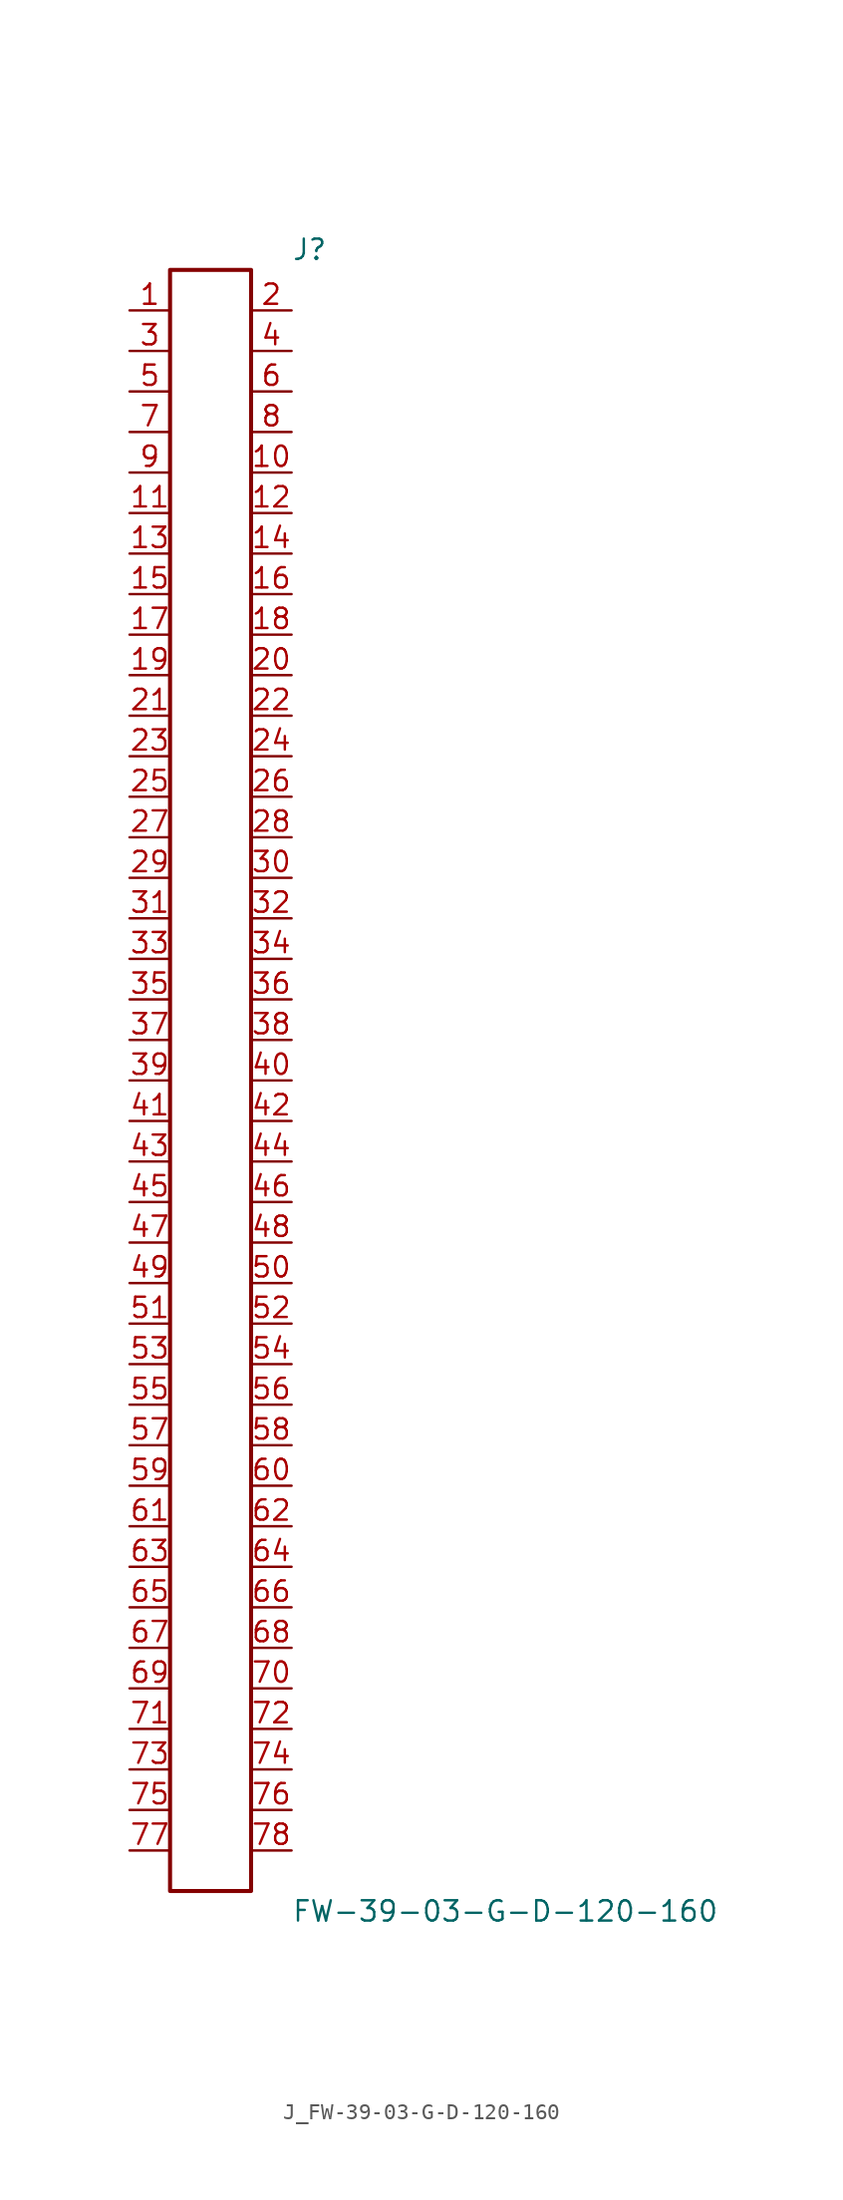
<source format=kicad_sym>
(kicad_symbol_lib
  (version 20231120)
  (generator kicad_symbol_editor)
  (generator_version 8.0)
  (symbol "J_FW-39-03-G-D-120-160"
    (pin_names
      (offset 0.254))
    (property "Reference" "J"
      (at 5.08 52.07 0)
      (effects (font (size 1.27 1.27)) (justify left)))
    (property "Value" "FW-39-03-G-D-120-160"
      (at 5.08 -52.07 0)
      (effects (font (size 1.27 1.27)) (justify left)))
    (symbol "J_FW-39-03-G-D-120-160_0_0"
      (pin passive line (at -5.08 48.26 0) (length 2.54) (name "" (effects (font (size 1.27 1.27)))) (number "1" (effects (font (size 1.27 1.27)))))
      (pin passive line (at 5.08 48.26 180) (length 2.54) (name "" (effects (font (size 1.27 1.27)))) (number "2" (effects (font (size 1.27 1.27)))))
      (pin passive line (at -5.08 45.72 0) (length 2.54) (name "" (effects (font (size 1.27 1.27)))) (number "3" (effects (font (size 1.27 1.27)))))
      (pin passive line (at 5.08 45.72 180) (length 2.54) (name "" (effects (font (size 1.27 1.27)))) (number "4" (effects (font (size 1.27 1.27)))))
      (pin passive line (at -5.08 43.18 0) (length 2.54) (name "" (effects (font (size 1.27 1.27)))) (number "5" (effects (font (size 1.27 1.27)))))
      (pin passive line (at 5.08 43.18 180) (length 2.54) (name "" (effects (font (size 1.27 1.27)))) (number "6" (effects (font (size 1.27 1.27)))))
      (pin passive line (at -5.08 40.64 0) (length 2.54) (name "" (effects (font (size 1.27 1.27)))) (number "7" (effects (font (size 1.27 1.27)))))
      (pin passive line (at 5.08 40.64 180) (length 2.54) (name "" (effects (font (size 1.27 1.27)))) (number "8" (effects (font (size 1.27 1.27)))))
      (pin passive line (at -5.08 38.1 0) (length 2.54) (name "" (effects (font (size 1.27 1.27)))) (number "9" (effects (font (size 1.27 1.27)))))
      (pin passive line (at 5.08 38.1 180) (length 2.54) (name "" (effects (font (size 1.27 1.27)))) (number "10" (effects (font (size 1.27 1.27)))))
      (pin passive line (at -5.08 35.56 0) (length 2.54) (name "" (effects (font (size 1.27 1.27)))) (number "11" (effects (font (size 1.27 1.27)))))
      (pin passive line (at 5.08 35.56 180) (length 2.54) (name "" (effects (font (size 1.27 1.27)))) (number "12" (effects (font (size 1.27 1.27)))))
      (pin passive line (at -5.08 33.02 0) (length 2.54) (name "" (effects (font (size 1.27 1.27)))) (number "13" (effects (font (size 1.27 1.27)))))
      (pin passive line (at 5.08 33.02 180) (length 2.54) (name "" (effects (font (size 1.27 1.27)))) (number "14" (effects (font (size 1.27 1.27)))))
      (pin passive line (at -5.08 30.48 0) (length 2.54) (name "" (effects (font (size 1.27 1.27)))) (number "15" (effects (font (size 1.27 1.27)))))
      (pin passive line (at 5.08 30.48 180) (length 2.54) (name "" (effects (font (size 1.27 1.27)))) (number "16" (effects (font (size 1.27 1.27)))))
      (pin passive line (at -5.08 27.94 0) (length 2.54) (name "" (effects (font (size 1.27 1.27)))) (number "17" (effects (font (size 1.27 1.27)))))
      (pin passive line (at 5.08 27.94 180) (length 2.54) (name "" (effects (font (size 1.27 1.27)))) (number "18" (effects (font (size 1.27 1.27)))))
      (pin passive line (at -5.08 25.4 0) (length 2.54) (name "" (effects (font (size 1.27 1.27)))) (number "19" (effects (font (size 1.27 1.27)))))
      (pin passive line (at 5.08 25.4 180) (length 2.54) (name "" (effects (font (size 1.27 1.27)))) (number "20" (effects (font (size 1.27 1.27)))))
      (pin passive line (at -5.08 22.86 0) (length 2.54) (name "" (effects (font (size 1.27 1.27)))) (number "21" (effects (font (size 1.27 1.27)))))
      (pin passive line (at 5.08 22.86 180) (length 2.54) (name "" (effects (font (size 1.27 1.27)))) (number "22" (effects (font (size 1.27 1.27)))))
      (pin passive line (at -5.08 20.32 0) (length 2.54) (name "" (effects (font (size 1.27 1.27)))) (number "23" (effects (font (size 1.27 1.27)))))
      (pin passive line (at 5.08 20.32 180) (length 2.54) (name "" (effects (font (size 1.27 1.27)))) (number "24" (effects (font (size 1.27 1.27)))))
      (pin passive line (at -5.08 17.78 0) (length 2.54) (name "" (effects (font (size 1.27 1.27)))) (number "25" (effects (font (size 1.27 1.27)))))
      (pin passive line (at 5.08 17.78 180) (length 2.54) (name "" (effects (font (size 1.27 1.27)))) (number "26" (effects (font (size 1.27 1.27)))))
      (pin passive line (at -5.08 15.24 0) (length 2.54) (name "" (effects (font (size 1.27 1.27)))) (number "27" (effects (font (size 1.27 1.27)))))
      (pin passive line (at 5.08 15.24 180) (length 2.54) (name "" (effects (font (size 1.27 1.27)))) (number "28" (effects (font (size 1.27 1.27)))))
      (pin passive line (at -5.08 12.7 0) (length 2.54) (name "" (effects (font (size 1.27 1.27)))) (number "29" (effects (font (size 1.27 1.27)))))
      (pin passive line (at 5.08 12.7 180) (length 2.54) (name "" (effects (font (size 1.27 1.27)))) (number "30" (effects (font (size 1.27 1.27)))))
      (pin passive line (at -5.08 10.16 0) (length 2.54) (name "" (effects (font (size 1.27 1.27)))) (number "31" (effects (font (size 1.27 1.27)))))
      (pin passive line (at 5.08 10.16 180) (length 2.54) (name "" (effects (font (size 1.27 1.27)))) (number "32" (effects (font (size 1.27 1.27)))))
      (pin passive line (at -5.08 7.62 0) (length 2.54) (name "" (effects (font (size 1.27 1.27)))) (number "33" (effects (font (size 1.27 1.27)))))
      (pin passive line (at 5.08 7.62 180) (length 2.54) (name "" (effects (font (size 1.27 1.27)))) (number "34" (effects (font (size 1.27 1.27)))))
      (pin passive line (at -5.08 5.08 0) (length 2.54) (name "" (effects (font (size 1.27 1.27)))) (number "35" (effects (font (size 1.27 1.27)))))
      (pin passive line (at 5.08 5.08 180) (length 2.54) (name "" (effects (font (size 1.27 1.27)))) (number "36" (effects (font (size 1.27 1.27)))))
      (pin passive line (at -5.08 2.54 0) (length 2.54) (name "" (effects (font (size 1.27 1.27)))) (number "37" (effects (font (size 1.27 1.27)))))
      (pin passive line (at 5.08 2.54 180) (length 2.54) (name "" (effects (font (size 1.27 1.27)))) (number "38" (effects (font (size 1.27 1.27)))))
      (pin passive line (at -5.08 0.0 0) (length 2.54) (name "" (effects (font (size 1.27 1.27)))) (number "39" (effects (font (size 1.27 1.27)))))
      (pin passive line (at 5.08 0.0 180) (length 2.54) (name "" (effects (font (size 1.27 1.27)))) (number "40" (effects (font (size 1.27 1.27)))))
      (pin passive line (at -5.08 -2.54 0) (length 2.54) (name "" (effects (font (size 1.27 1.27)))) (number "41" (effects (font (size 1.27 1.27)))))
      (pin passive line (at 5.08 -2.54 180) (length 2.54) (name "" (effects (font (size 1.27 1.27)))) (number "42" (effects (font (size 1.27 1.27)))))
      (pin passive line (at -5.08 -5.08 0) (length 2.54) (name "" (effects (font (size 1.27 1.27)))) (number "43" (effects (font (size 1.27 1.27)))))
      (pin passive line (at 5.08 -5.08 180) (length 2.54) (name "" (effects (font (size 1.27 1.27)))) (number "44" (effects (font (size 1.27 1.27)))))
      (pin passive line (at -5.08 -7.62 0) (length 2.54) (name "" (effects (font (size 1.27 1.27)))) (number "45" (effects (font (size 1.27 1.27)))))
      (pin passive line (at 5.08 -7.62 180) (length 2.54) (name "" (effects (font (size 1.27 1.27)))) (number "46" (effects (font (size 1.27 1.27)))))
      (pin passive line (at -5.08 -10.16 0) (length 2.54) (name "" (effects (font (size 1.27 1.27)))) (number "47" (effects (font (size 1.27 1.27)))))
      (pin passive line (at 5.08 -10.16 180) (length 2.54) (name "" (effects (font (size 1.27 1.27)))) (number "48" (effects (font (size 1.27 1.27)))))
      (pin passive line (at -5.08 -12.7 0) (length 2.54) (name "" (effects (font (size 1.27 1.27)))) (number "49" (effects (font (size 1.27 1.27)))))
      (pin passive line (at 5.08 -12.7 180) (length 2.54) (name "" (effects (font (size 1.27 1.27)))) (number "50" (effects (font (size 1.27 1.27)))))
      (pin passive line (at -5.08 -15.24 0) (length 2.54) (name "" (effects (font (size 1.27 1.27)))) (number "51" (effects (font (size 1.27 1.27)))))
      (pin passive line (at 5.08 -15.24 180) (length 2.54) (name "" (effects (font (size 1.27 1.27)))) (number "52" (effects (font (size 1.27 1.27)))))
      (pin passive line (at -5.08 -17.78 0) (length 2.54) (name "" (effects (font (size 1.27 1.27)))) (number "53" (effects (font (size 1.27 1.27)))))
      (pin passive line (at 5.08 -17.78 180) (length 2.54) (name "" (effects (font (size 1.27 1.27)))) (number "54" (effects (font (size 1.27 1.27)))))
      (pin passive line (at -5.08 -20.32 0) (length 2.54) (name "" (effects (font (size 1.27 1.27)))) (number "55" (effects (font (size 1.27 1.27)))))
      (pin passive line (at 5.08 -20.32 180) (length 2.54) (name "" (effects (font (size 1.27 1.27)))) (number "56" (effects (font (size 1.27 1.27)))))
      (pin passive line (at -5.08 -22.86 0) (length 2.54) (name "" (effects (font (size 1.27 1.27)))) (number "57" (effects (font (size 1.27 1.27)))))
      (pin passive line (at 5.08 -22.86 180) (length 2.54) (name "" (effects (font (size 1.27 1.27)))) (number "58" (effects (font (size 1.27 1.27)))))
      (pin passive line (at -5.08 -25.4 0) (length 2.54) (name "" (effects (font (size 1.27 1.27)))) (number "59" (effects (font (size 1.27 1.27)))))
      (pin passive line (at 5.08 -25.4 180) (length 2.54) (name "" (effects (font (size 1.27 1.27)))) (number "60" (effects (font (size 1.27 1.27)))))
      (pin passive line (at -5.08 -27.94 0) (length 2.54) (name "" (effects (font (size 1.27 1.27)))) (number "61" (effects (font (size 1.27 1.27)))))
      (pin passive line (at 5.08 -27.94 180) (length 2.54) (name "" (effects (font (size 1.27 1.27)))) (number "62" (effects (font (size 1.27 1.27)))))
      (pin passive line (at -5.08 -30.48 0) (length 2.54) (name "" (effects (font (size 1.27 1.27)))) (number "63" (effects (font (size 1.27 1.27)))))
      (pin passive line (at 5.08 -30.48 180) (length 2.54) (name "" (effects (font (size 1.27 1.27)))) (number "64" (effects (font (size 1.27 1.27)))))
      (pin passive line (at -5.08 -33.02 0) (length 2.54) (name "" (effects (font (size 1.27 1.27)))) (number "65" (effects (font (size 1.27 1.27)))))
      (pin passive line (at 5.08 -33.02 180) (length 2.54) (name "" (effects (font (size 1.27 1.27)))) (number "66" (effects (font (size 1.27 1.27)))))
      (pin passive line (at -5.08 -35.56 0) (length 2.54) (name "" (effects (font (size 1.27 1.27)))) (number "67" (effects (font (size 1.27 1.27)))))
      (pin passive line (at 5.08 -35.56 180) (length 2.54) (name "" (effects (font (size 1.27 1.27)))) (number "68" (effects (font (size 1.27 1.27)))))
      (pin passive line (at -5.08 -38.1 0) (length 2.54) (name "" (effects (font (size 1.27 1.27)))) (number "69" (effects (font (size 1.27 1.27)))))
      (pin passive line (at 5.08 -38.1 180) (length 2.54) (name "" (effects (font (size 1.27 1.27)))) (number "70" (effects (font (size 1.27 1.27)))))
      (pin passive line (at -5.08 -40.64 0) (length 2.54) (name "" (effects (font (size 1.27 1.27)))) (number "71" (effects (font (size 1.27 1.27)))))
      (pin passive line (at 5.08 -40.64 180) (length 2.54) (name "" (effects (font (size 1.27 1.27)))) (number "72" (effects (font (size 1.27 1.27)))))
      (pin passive line (at -5.08 -43.18 0) (length 2.54) (name "" (effects (font (size 1.27 1.27)))) (number "73" (effects (font (size 1.27 1.27)))))
      (pin passive line (at 5.08 -43.18 180) (length 2.54) (name "" (effects (font (size 1.27 1.27)))) (number "74" (effects (font (size 1.27 1.27)))))
      (pin passive line (at -5.08 -45.72 0) (length 2.54) (name "" (effects (font (size 1.27 1.27)))) (number "75" (effects (font (size 1.27 1.27)))))
      (pin passive line (at 5.08 -45.72 180) (length 2.54) (name "" (effects (font (size 1.27 1.27)))) (number "76" (effects (font (size 1.27 1.27)))))
      (pin passive line (at -5.08 -48.26 0) (length 2.54) (name "" (effects (font (size 1.27 1.27)))) (number "77" (effects (font (size 1.27 1.27)))))
      (pin passive line (at 5.08 -48.26 180) (length 2.54) (name "" (effects (font (size 1.27 1.27)))) (number "78" (effects (font (size 1.27 1.27))))))
    (symbol "J_FW-39-03-G-D-120-160_1_0"
      (rectangle (start -2.54 50.8) (end 2.54 -50.8) (stroke (width 0.254) (type solid)) (fill (type none))))))
</source>
